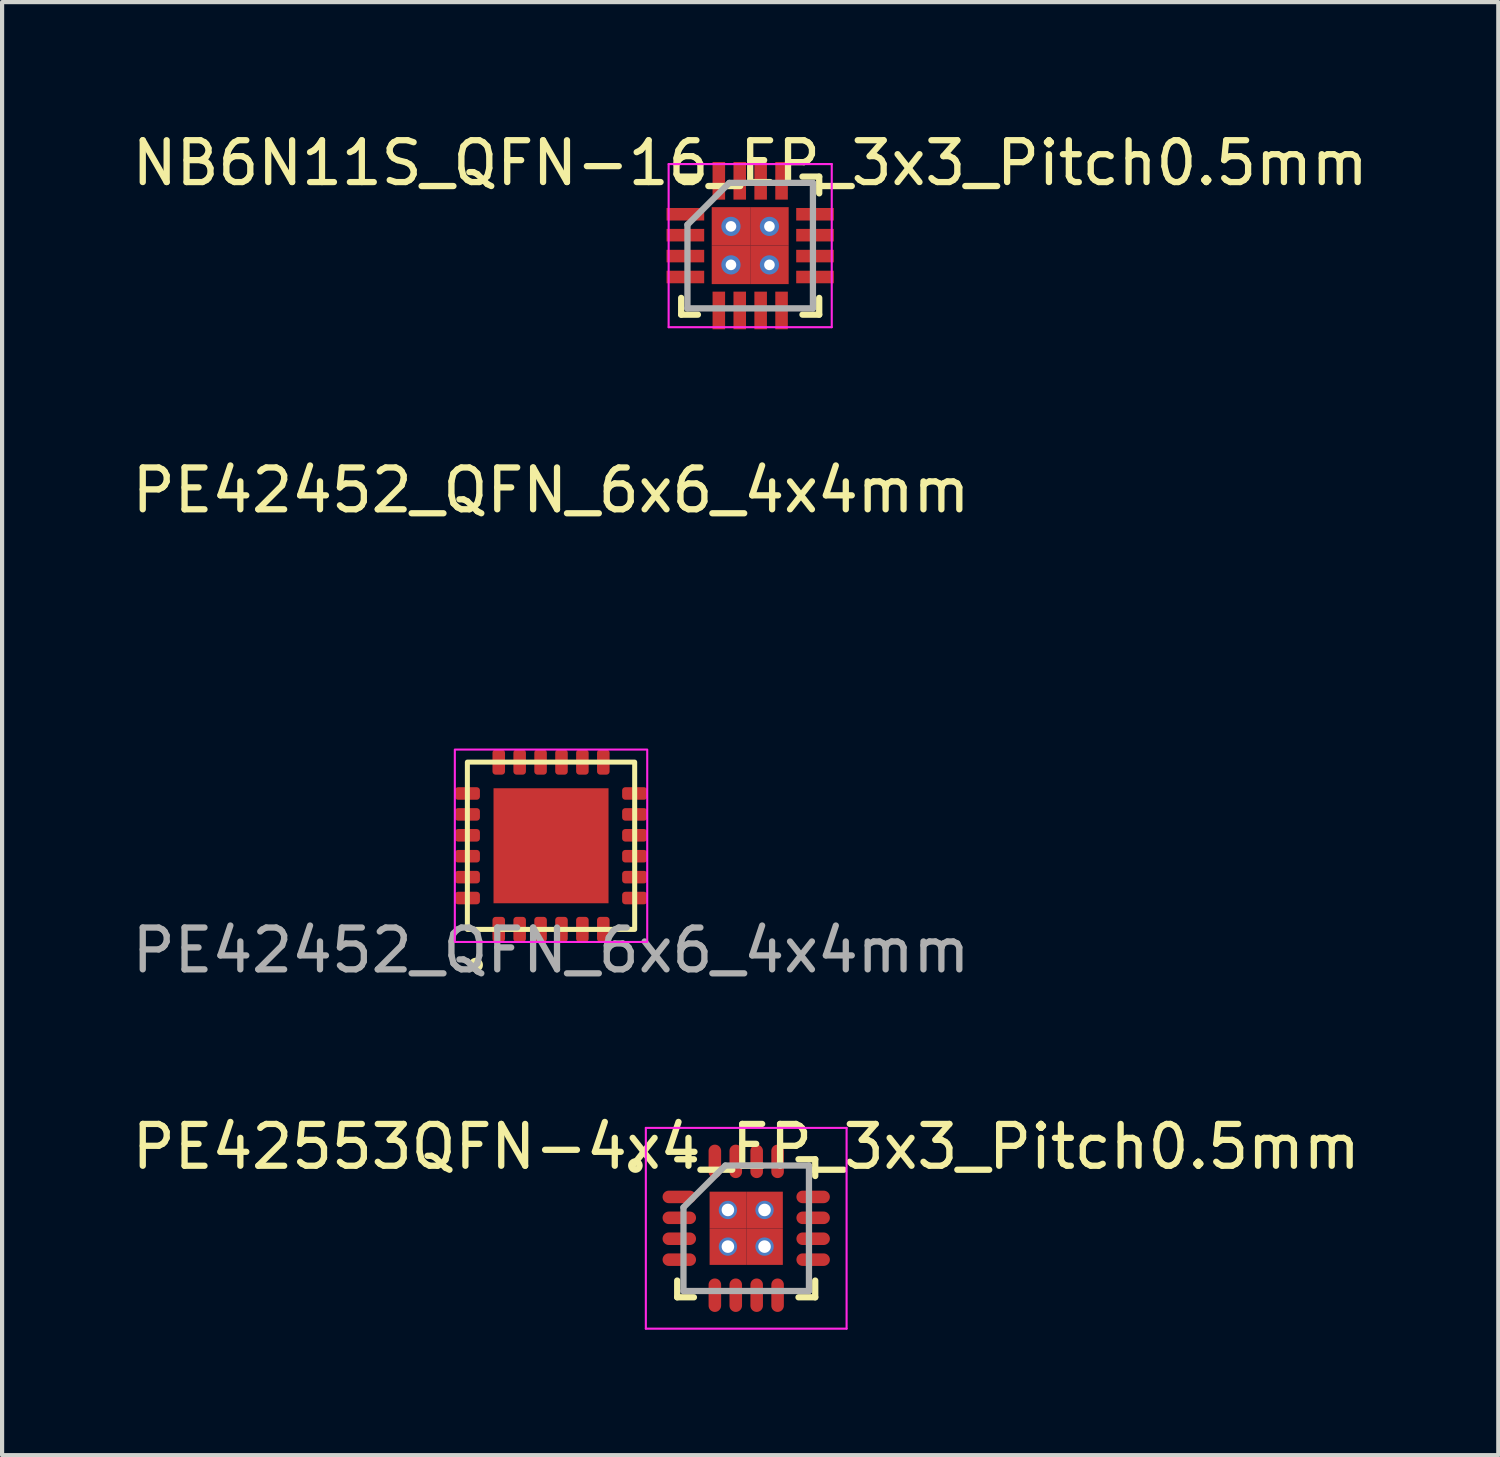
<source format=kicad_pcb>
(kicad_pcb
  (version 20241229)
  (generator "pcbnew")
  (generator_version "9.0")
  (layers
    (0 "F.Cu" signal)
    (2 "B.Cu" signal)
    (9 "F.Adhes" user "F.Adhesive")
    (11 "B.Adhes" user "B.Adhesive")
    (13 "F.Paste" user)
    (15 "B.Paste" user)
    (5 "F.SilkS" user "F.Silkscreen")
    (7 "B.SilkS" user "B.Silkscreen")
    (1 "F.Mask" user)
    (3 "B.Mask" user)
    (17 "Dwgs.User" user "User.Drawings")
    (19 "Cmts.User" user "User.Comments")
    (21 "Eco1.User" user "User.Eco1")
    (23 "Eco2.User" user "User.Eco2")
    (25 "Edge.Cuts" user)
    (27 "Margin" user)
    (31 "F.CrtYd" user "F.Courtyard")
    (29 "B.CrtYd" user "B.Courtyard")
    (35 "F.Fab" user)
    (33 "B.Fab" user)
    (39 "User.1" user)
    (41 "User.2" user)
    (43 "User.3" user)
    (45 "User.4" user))
  (footprint "NB6N11S_QFN-16_EP_3x3_Pitch0.5mm"
    (layer "F.Cu")
    (at 14.887 2.823)
    (property "Reference" "NB6N11S_QFN-16_EP_3x3_Pitch0.5mm" (at 0 -1.975 0) (layer "F.SilkS") (effects (font (size 1 1) (thickness 0.15))))
    (attr smd)
    (fp_line (start -1.65 1.65) (end -1.65 1.25) (stroke (width 0.15) (type solid)) (layer "F.SilkS"))
    (fp_line (start -1.25 -1.65) (end -1.7 -1.65) (stroke (width 0.15) (type solid)) (layer "F.SilkS"))
    (fp_line (start -1.25 1.65) (end -1.65 1.65) (stroke (width 0.15) (type solid)) (layer "F.SilkS"))
    (fp_line (start 1.25 -1.65) (end 1.65 -1.65) (stroke (width 0.15) (type solid)) (layer "F.SilkS"))
    (fp_line (start 1.25 1.65) (end 1.65 1.65) (stroke (width 0.15) (type solid)) (layer "F.SilkS"))
    (fp_line (start 1.65 -1.65) (end 1.65 -1.25) (stroke (width 0.15) (type solid)) (layer "F.SilkS"))
    (fp_line (start 1.65 1.65) (end 1.65 1.25) (stroke (width 0.15) (type solid)) (layer "F.SilkS"))
    (fp_line (start -1.95 -1.95) (end 1.95 -1.95) (stroke (width 0.05) (type solid)) (layer "F.CrtYd"))
    (fp_line (start -1.95 1.95) (end -1.95 -1.95) (stroke (width 0.05) (type solid)) (layer "F.CrtYd"))
    (fp_line (start 1.95 -1.95) (end 1.95 1.95) (stroke (width 0.05) (type solid)) (layer "F.CrtYd"))
    (fp_line (start 1.95 1.95) (end -1.95 1.95) (stroke (width 0.05) (type solid)) (layer "F.CrtYd"))
    (fp_line (start -1.5 -0.5) (end -1.5 1.5) (stroke (width 0.15) (type solid)) (layer "F.Fab"))
    (fp_line (start -1.5 1.5) (end 1.5 1.5) (stroke (width 0.15) (type solid)) (layer "F.Fab"))
    (fp_line (start -0.5 -1.5) (end -1.5 -0.5) (stroke (width 0.15) (type solid)) (layer "F.Fab"))
    (fp_line (start 1.5 -1.5) (end -0.5 -1.5) (stroke (width 0.15) (type solid)) (layer "F.Fab"))
    (fp_line (start 1.5 1.5) (end 1.5 -1.5) (stroke (width 0.15) (type solid)) (layer "F.Fab"))
    (pad "1" smd rect (at -1.55 -0.75 90) (size 0.3 0.9) (layers "F.Cu" "F.Mask" "F.Paste"))
    (pad "2" smd rect (at -1.55 -0.25 90) (size 0.3 0.9) (layers "F.Cu" "F.Mask" "F.Paste"))
    (pad "3" smd rect (at -1.55 0.25 90) (size 0.3 0.9) (layers "F.Cu" "F.Mask" "F.Paste"))
    (pad "4" smd rect (at -1.55 0.75 90) (size 0.3 0.9) (layers "F.Cu" "F.Mask" "F.Paste"))
    (pad "5" smd rect (at -0.75 1.55) (size 0.3 0.9) (layers "F.Cu" "F.Mask" "F.Paste"))
    (pad "6" smd rect (at -0.25 1.55) (size 0.3 0.9) (layers "F.Cu" "F.Mask" "F.Paste"))
    (pad "7" smd rect (at 0.25 1.55) (size 0.3 0.9) (layers "F.Cu" "F.Mask" "F.Paste"))
    (pad "8" smd rect (at 0.75 1.55) (size 0.3 0.9) (layers "F.Cu" "F.Mask" "F.Paste"))
    (pad "9" smd rect (at 1.55 0.75 90) (size 0.3 0.9) (layers "F.Cu" "F.Mask" "F.Paste"))
    (pad "10" smd rect (at 1.55 0.25 90) (size 0.3 0.9) (layers "F.Cu" "F.Mask" "F.Paste"))
    (pad "11" smd rect (at 1.55 -0.25 90) (size 0.3 0.9) (layers "F.Cu" "F.Mask" "F.Paste"))
    (pad "12" smd rect (at 1.55 -0.75 90) (size 0.3 0.9) (layers "F.Cu" "F.Mask" "F.Paste"))
    (pad "13" smd rect (at 0.75 -1.55) (size 0.3 0.9) (layers "F.Cu" "F.Mask" "F.Paste"))
    (pad "14" smd rect (at 0.25 -1.55) (size 0.3 0.9) (layers "F.Cu" "F.Mask" "F.Paste"))
    (pad "15" smd rect (at -0.25 -1.55) (size 0.3 0.9) (layers "F.Cu" "F.Mask" "F.Paste"))
    (pad "16" smd rect (at -0.75 -1.55) (size 0.3 0.9) (layers "F.Cu" "F.Mask" "F.Paste"))
    (pad "17" thru_hole circle (at -0.46 -0.46) (size 0.46 0.46) (drill 0.254) (layers "*.Cu" "*.Mask"))
    (pad "17" smd rect (at -0.46 -0.46) (size 0.92 0.92) (layers "F.Cu" "F.Mask" "F.Paste"))
    (pad "17" thru_hole circle (at -0.46 0.46) (size 0.46 0.46) (drill 0.254) (layers "*.Cu" "*.Mask"))
    (pad "17" smd rect (at -0.46 0.46) (size 0.92 0.92) (layers "F.Cu" "F.Mask" "F.Paste"))
    (pad "17" thru_hole circle (at 0.46 -0.46) (size 0.46 0.46) (drill 0.254) (layers "*.Cu" "*.Mask"))
    (pad "17" smd rect (at 0.46 -0.46) (size 0.92 0.92) (layers "F.Cu" "F.Mask" "F.Paste"))
    (pad "17" thru_hole circle (at 0.46 0.46) (size 0.46 0.46) (drill 0.254) (layers "*.Cu" "*.Mask"))
    (pad "17" smd rect (at 0.46 0.46) (size 0.92 0.92) (layers "F.Cu" "F.Mask" "F.Paste")))
  (footprint "PE42452_QFN_6x6_4x4mm"
    (layer "F.Cu")
    (at 10.125 17.172)
    (property "Reference" "PE42452_QFN_6x6_4x4mm" (at 0 -8.5 0) (unlocked yes) (layer "F.SilkS") (effects (font (size 1 1) (thickness 0.15))))
    (attr smd)
    (fp_rect (start -2 -2) (end 2 2) (stroke (width 0.12) (type solid)) (fill no) (layer "F.SilkS"))
    (fp_circle (center -1.8 2.85) (end -1.75 2.95) (stroke (width 0.12) (type solid)) (fill no) (layer "F.SilkS"))
    (fp_rect (start -2.3 -2.3) (end 2.3 2.3) (stroke (width 0.05) (type solid)) (fill no) (layer "F.CrtYd"))
    (fp_text user "${REFERENCE}" (at 0 2.5 0) (unlocked yes) (layer "F.Fab") (effects (font (size 1 1) (thickness 0.15))))
    (pad "1" smd roundrect (at -1.25 2) (size 0.3 0.6) (layers "F.Cu" "F.Mask" "F.Paste") (roundrect_rratio 0.25))
    (pad "2" smd roundrect (at -0.75 2) (size 0.3 0.6) (layers "F.Cu" "F.Mask" "F.Paste") (roundrect_rratio 0.25))
    (pad "3" smd roundrect (at -0.25 2) (size 0.3 0.6) (layers "F.Cu" "F.Mask" "F.Paste") (roundrect_rratio 0.25))
    (pad "4" smd roundrect (at 0.25 2) (size 0.3 0.6) (layers "F.Cu" "F.Mask" "F.Paste") (roundrect_rratio 0.25))
    (pad "5" smd roundrect (at 0.75 2) (size 0.3 0.6) (layers "F.Cu" "F.Mask" "F.Paste") (roundrect_rratio 0.25))
    (pad "6" smd roundrect (at 1.25 2) (size 0.3 0.6) (layers "F.Cu" "F.Mask" "F.Paste") (roundrect_rratio 0.25))
    (pad "7" smd roundrect (at 2 1.25 90) (size 0.3 0.6) (layers "F.Cu" "F.Mask" "F.Paste") (roundrect_rratio 0.25))
    (pad "8" smd roundrect (at 2 0.75 90) (size 0.3 0.6) (layers "F.Cu" "F.Mask" "F.Paste") (roundrect_rratio 0.25))
    (pad "9" smd roundrect (at 2 0.25 90) (size 0.3 0.6) (layers "F.Cu" "F.Mask" "F.Paste") (roundrect_rratio 0.25))
    (pad "10" smd roundrect (at 2 -0.25 90) (size 0.3 0.6) (layers "F.Cu" "F.Mask" "F.Paste") (roundrect_rratio 0.25))
    (pad "11" smd roundrect (at 2 -0.75 90) (size 0.3 0.6) (layers "F.Cu" "F.Mask" "F.Paste") (roundrect_rratio 0.25))
    (pad "12" smd roundrect (at 2 -1.25 90) (size 0.3 0.6) (layers "F.Cu" "F.Mask" "F.Paste") (roundrect_rratio 0.25))
    (pad "13" smd roundrect (at 1.25 -2) (size 0.3 0.6) (layers "F.Cu" "F.Mask" "F.Paste") (roundrect_rratio 0.25))
    (pad "14" smd roundrect (at 0.75 -2) (size 0.3 0.6) (layers "F.Cu" "F.Mask" "F.Paste") (roundrect_rratio 0.25))
    (pad "15" smd roundrect (at 0.25 -2) (size 0.3 0.6) (layers "F.Cu" "F.Mask" "F.Paste") (roundrect_rratio 0.25))
    (pad "16" smd roundrect (at -0.25 -2) (size 0.3 0.6) (layers "F.Cu" "F.Mask" "F.Paste") (roundrect_rratio 0.25))
    (pad "17" smd roundrect (at -0.75 -2) (size 0.3 0.6) (layers "F.Cu" "F.Mask" "F.Paste") (roundrect_rratio 0.25))
    (pad "18" smd roundrect (at -1.25 -2) (size 0.3 0.6) (layers "F.Cu" "F.Mask" "F.Paste") (roundrect_rratio 0.25))
    (pad "19" smd roundrect (at -2 -1.25 90) (size 0.3 0.6) (layers "F.Cu" "F.Mask" "F.Paste") (roundrect_rratio 0.25))
    (pad "20" smd roundrect (at -2 -0.75 90) (size 0.3 0.6) (layers "F.Cu" "F.Mask" "F.Paste") (roundrect_rratio 0.25))
    (pad "21" smd roundrect (at -2 -0.25 90) (size 0.3 0.6) (layers "F.Cu" "F.Mask" "F.Paste") (roundrect_rratio 0.25))
    (pad "22" smd roundrect (at -2 0.25 90) (size 0.3 0.6) (layers "F.Cu" "F.Mask" "F.Paste") (roundrect_rratio 0.25))
    (pad "23" smd roundrect (at -2 0.75 90) (size 0.3 0.6) (layers "F.Cu" "F.Mask" "F.Paste") (roundrect_rratio 0.25))
    (pad "24" smd roundrect (at -2 1.25 90) (size 0.3 0.6) (layers "F.Cu" "F.Mask" "F.Paste") (roundrect_rratio 0.25))
    (pad "25" smd rect (at 0 0) (size 2.75 2.75) (layers "F.Cu" "F.Mask" "F.Paste")))
  (footprint "PE42553QFN-4x4_EP_3x3_Pitch0.5mm"
    (layer "F.Cu")
    (at 14.792 26.318)
    (property "Reference" "PE42553QFN-4x4_EP_3x3_Pitch0.5mm" (at 0 -1.95 0) (layer "F.SilkS") (effects (font (size 1 1) (thickness 0.15))))
    (attr smd)
    (fp_line (start -1.65 1.65) (end -1.65 1.25) (stroke (width 0.15) (type solid)) (layer "F.SilkS"))
    (fp_line (start -1.25 -1.65) (end -1.65 -1.65) (stroke (width 0.15) (type solid)) (layer "F.SilkS"))
    (fp_line (start -1.25 1.65) (end -1.65 1.65) (stroke (width 0.15) (type solid)) (layer "F.SilkS"))
    (fp_line (start 1.25 -1.65) (end 1.65 -1.65) (stroke (width 0.15) (type solid)) (layer "F.SilkS"))
    (fp_line (start 1.25 1.65) (end 1.65 1.65) (stroke (width 0.15) (type solid)) (layer "F.SilkS"))
    (fp_line (start 1.65 -1.65) (end 1.65 -1.25) (stroke (width 0.15) (type solid)) (layer "F.SilkS"))
    (fp_line (start 1.65 1.65) (end 1.65 1.25) (stroke (width 0.15) (type solid)) (layer "F.SilkS"))
    (fp_circle (center -2.65 -1.5) (end -2.65 -1.4) (stroke (width 0.15) (type solid)) (fill no) (layer "F.SilkS"))
    (fp_line (start -2.4 -2.4) (end 2.4 -2.4) (stroke (width 0.05) (type solid)) (layer "F.CrtYd"))
    (fp_line (start -2.4 2.4) (end -2.4 -2.4) (stroke (width 0.05) (type solid)) (layer "F.CrtYd"))
    (fp_line (start 2.4 -2.4) (end 2.4 2.4) (stroke (width 0.05) (type solid)) (layer "F.CrtYd"))
    (fp_line (start 2.4 2.4) (end -2.4 2.4) (stroke (width 0.05) (type solid)) (layer "F.CrtYd"))
    (fp_line (start -1.5 -0.5) (end -1.5 1.5) (stroke (width 0.15) (type solid)) (layer "F.Fab"))
    (fp_line (start -1.5 1.5) (end 1.5 1.5) (stroke (width 0.15) (type solid)) (layer "F.Fab"))
    (fp_line (start -0.5 -1.5) (end -1.5 -0.5) (stroke (width 0.15) (type solid)) (layer "F.Fab"))
    (fp_line (start 1.5 -1.5) (end -0.5 -1.5) (stroke (width 0.15) (type solid)) (layer "F.Fab"))
    (fp_line (start 1.5 1.5) (end 1.5 -1.5) (stroke (width 0.15) (type solid)) (layer "F.Fab"))
    (pad "1" smd oval (at -1.6 -0.75 90) (size 0.3 0.8) (layers "F.Cu" "F.Mask" "F.Paste"))
    (pad "2" smd oval (at -1.6 -0.25 90) (size 0.3 0.8) (layers "F.Cu" "F.Mask" "F.Paste"))
    (pad "3" smd oval (at -1.6 0.25 90) (size 0.3 0.8) (layers "F.Cu" "F.Mask" "F.Paste"))
    (pad "4" smd oval (at -1.6 0.75 90) (size 0.3 0.8) (layers "F.Cu" "F.Mask" "F.Paste"))
    (pad "5" smd oval (at -0.75 1.6) (size 0.3 0.8) (layers "F.Cu" "F.Mask" "F.Paste"))
    (pad "6" smd oval (at -0.25 1.6) (size 0.3 0.8) (layers "F.Cu" "F.Mask" "F.Paste"))
    (pad "7" smd oval (at 0.25 1.6) (size 0.3 0.8) (layers "F.Cu" "F.Mask" "F.Paste"))
    (pad "8" smd oval (at 0.75 1.6) (size 0.3 0.8) (layers "F.Cu" "F.Mask" "F.Paste"))
    (pad "9" smd oval (at 1.6 0.75 90) (size 0.3 0.8) (layers "F.Cu" "F.Mask" "F.Paste"))
    (pad "10" smd oval (at 1.6 0.25 90) (size 0.3 0.8) (layers "F.Cu" "F.Mask" "F.Paste"))
    (pad "11" smd oval (at 1.6 -0.25 90) (size 0.3 0.8) (layers "F.Cu" "F.Mask" "F.Paste"))
    (pad "12" smd oval (at 1.6 -0.75 90) (size 0.3 0.8) (layers "F.Cu" "F.Mask" "F.Paste"))
    (pad "13" smd oval (at 0.75 -1.6) (size 0.3 0.8) (layers "F.Cu" "F.Mask" "F.Paste"))
    (pad "14" smd oval (at 0.25 -1.6) (size 0.3 0.8) (layers "F.Cu" "F.Mask" "F.Paste"))
    (pad "15" smd oval (at -0.25 -1.6) (size 0.3 0.8) (layers "F.Cu" "F.Mask" "F.Paste"))
    (pad "16" smd oval (at -0.75 -1.6) (size 0.3 0.8) (layers "F.Cu" "F.Mask" "F.Paste"))
    (pad "17" thru_hole circle (at -0.438 -0.438) (size 0.438 0.438) (drill 0.3) (layers "*.Cu" "*.Mask"))
    (pad "17" smd rect (at -0.438 -0.438) (size 0.875 0.875) (layers "F.Cu" "F.Mask" "F.Paste"))
    (pad "17" thru_hole circle (at -0.438 0.438) (size 0.438 0.438) (drill 0.3) (layers "*.Cu" "*.Mask"))
    (pad "17" smd rect (at -0.438 0.438) (size 0.875 0.875) (layers "F.Cu" "F.Mask" "F.Paste"))
    (pad "17" thru_hole circle (at 0.438 -0.438) (size 0.438 0.438) (drill 0.3) (layers "*.Cu" "*.Mask"))
    (pad "17" smd rect (at 0.438 -0.438) (size 0.875 0.875) (layers "F.Cu" "F.Mask" "F.Paste"))
    (pad "17" thru_hole circle (at 0.438 0.438) (size 0.438 0.438) (drill 0.3) (layers "*.Cu" "*.Mask"))
    (pad "17" smd rect (at 0.438 0.438) (size 0.875 0.875) (layers "F.Cu" "F.Mask" "F.Paste")))
  (gr_rect
    (start -3 -3)
    (end 32.774 31.743)
    (stroke (width 0.1) (type default))
    (fill no)
    (layer "Edge.Cuts")))
</source>
